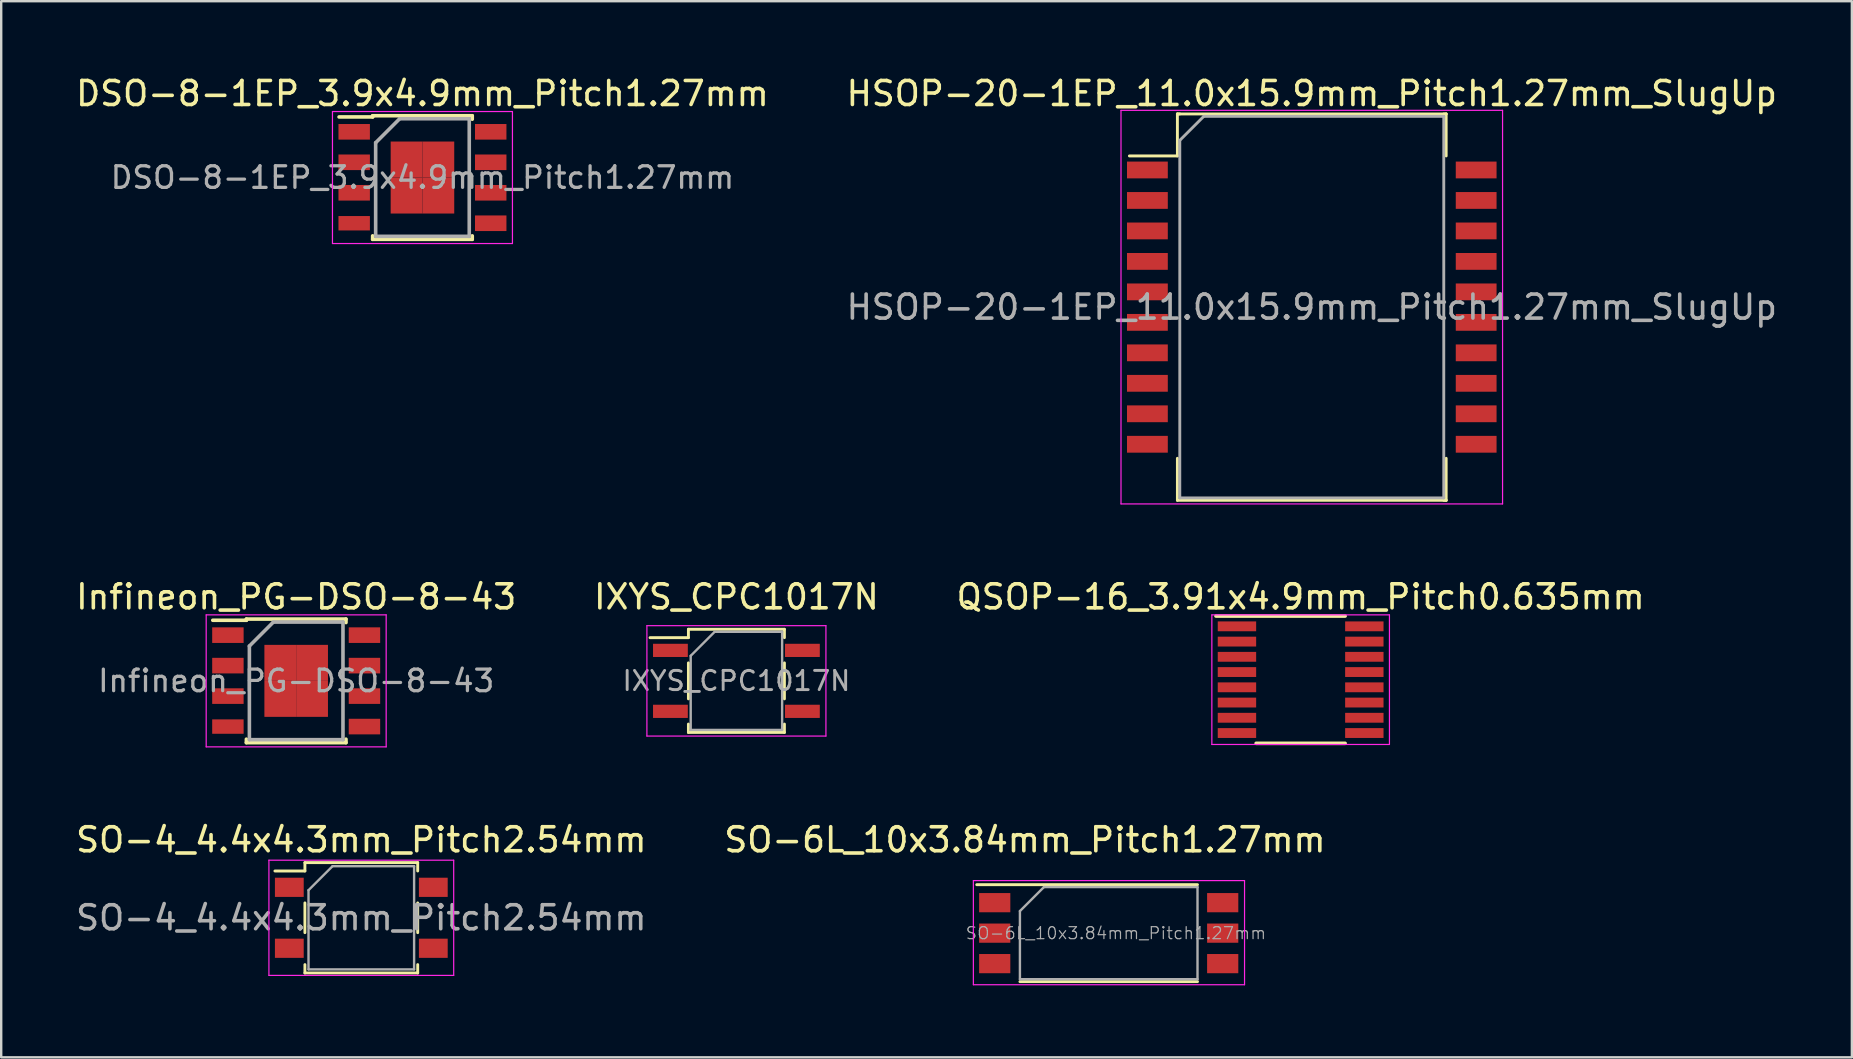
<source format=kicad_pcb>
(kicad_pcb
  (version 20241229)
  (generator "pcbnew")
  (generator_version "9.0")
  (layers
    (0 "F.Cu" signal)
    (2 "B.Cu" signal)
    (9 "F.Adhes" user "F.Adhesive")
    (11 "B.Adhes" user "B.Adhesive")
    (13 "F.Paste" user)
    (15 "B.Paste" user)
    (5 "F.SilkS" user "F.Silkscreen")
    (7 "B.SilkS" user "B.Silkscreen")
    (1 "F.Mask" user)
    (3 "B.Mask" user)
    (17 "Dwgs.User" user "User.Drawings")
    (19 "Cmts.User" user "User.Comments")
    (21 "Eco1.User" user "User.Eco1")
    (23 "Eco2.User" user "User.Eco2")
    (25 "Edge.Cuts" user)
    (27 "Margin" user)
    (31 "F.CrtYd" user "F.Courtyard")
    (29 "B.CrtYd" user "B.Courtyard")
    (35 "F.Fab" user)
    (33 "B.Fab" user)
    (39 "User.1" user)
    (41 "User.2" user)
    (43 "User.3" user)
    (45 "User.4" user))
  (footprint "IXYS_CPC1017N"
    (layer "F.Cu")
    (at 27.637 25.322)
    (property "Reference" "IXYS_CPC1017N" (at 0 -3.5 0) (layer "F.SilkS") (effects (font (size 1 1) (thickness 0.15))))
    (attr through_hole)
    (fp_line (start -2 -2.15) (end 2 -2.15) (stroke (width 0.12) (type solid)) (layer "F.SilkS"))
    (fp_line (start -2 -1.8) (end -3.6 -1.8) (stroke (width 0.12) (type solid)) (layer "F.SilkS"))
    (fp_line (start -2 -1.8) (end -2 -2.15) (stroke (width 0.12) (type solid)) (layer "F.SilkS"))
    (fp_line (start -2 0.75) (end -2 -0.75) (stroke (width 0.12) (type solid)) (layer "F.SilkS"))
    (fp_line (start -2 1.8) (end -2 2.15) (stroke (width 0.12) (type solid)) (layer "F.SilkS"))
    (fp_line (start -2 2.15) (end 2 2.15) (stroke (width 0.12) (type solid)) (layer "F.SilkS"))
    (fp_line (start 2 -2.15) (end 2 -1.8) (stroke (width 0.12) (type solid)) (layer "F.SilkS"))
    (fp_line (start 2 0.75) (end 2 -0.75) (stroke (width 0.12) (type solid)) (layer "F.SilkS"))
    (fp_line (start 2 2.15) (end 2 1.8) (stroke (width 0.12) (type solid)) (layer "F.SilkS"))
    (fp_line (start -3.73 -2.3) (end 3.73 -2.3) (stroke (width 0.05) (type solid)) (layer "F.CrtYd"))
    (fp_line (start -3.73 2.3) (end -3.73 -2.3) (stroke (width 0.05) (type solid)) (layer "F.CrtYd"))
    (fp_line (start 3.73 -2.3) (end 3.73 2.3) (stroke (width 0.05) (type solid)) (layer "F.CrtYd"))
    (fp_line (start 3.73 2.3) (end -3.73 2.3) (stroke (width 0.05) (type solid)) (layer "F.CrtYd"))
    (fp_line (start -1.905 -1.044) (end -0.905 -2.045) (stroke (width 0.1) (type solid)) (layer "F.Fab"))
    (fp_line (start -1.905 2.045) (end -1.905 -1.044) (stroke (width 0.1) (type solid)) (layer "F.Fab"))
    (fp_line (start -1.905 2.045) (end 1.905 2.045) (stroke (width 0.1) (type solid)) (layer "F.Fab"))
    (fp_line (start -0.905 -2.045) (end 1.905 -2.045) (stroke (width 0.1) (type solid)) (layer "F.Fab"))
    (fp_line (start 1.905 2.045) (end 1.905 -2.045) (stroke (width 0.1) (type solid)) (layer "F.Fab"))
    (fp_text user "${REFERENCE}" (at 0 0 0) (layer "F.Fab") (effects (font (size 0.8 0.8) (thickness 0.12))))
    (pad "1" smd rect (at -2.75 -1.27) (size 1.45 0.55) (layers "F.Cu" "F.Mask" "F.Paste"))
    (pad "2" smd rect (at -2.75 1.27) (size 1.45 0.55) (layers "F.Cu" "F.Mask" "F.Paste"))
    (pad "3" smd rect (at 2.75 1.27) (size 1.45 0.55) (layers "F.Cu" "F.Mask" "F.Paste"))
    (pad "4" smd rect (at 2.75 -1.27) (size 1.45 0.55) (layers "F.Cu" "F.Mask" "F.Paste")))
  (footprint "SO-4_4.4x4.3mm_Pitch2.54mm"
    (layer "F.Cu")
    (at 12.006 35.195)
    (property "Reference" "SO-4_4.4x4.3mm_Pitch2.54mm" (at 0 0 0) (layer "F.Fab") (effects (font (size 1 1) (thickness 0.15))))
    (attr through_hole)
    (fp_line (start -2.35 -2.3) (end 2.35 -2.3) (stroke (width 0.12) (type solid)) (layer "F.SilkS"))
    (fp_line (start -2.35 -1.95) (end -3.6 -1.95) (stroke (width 0.12) (type solid)) (layer "F.SilkS"))
    (fp_line (start -2.35 -1.95) (end -2.35 -2.3) (stroke (width 0.12) (type solid)) (layer "F.SilkS"))
    (fp_line (start -2.35 0.62) (end -2.35 -0.62) (stroke (width 0.12) (type solid)) (layer "F.SilkS"))
    (fp_line (start -2.35 1.95) (end -2.35 2.3) (stroke (width 0.12) (type solid)) (layer "F.SilkS"))
    (fp_line (start -2.35 2.3) (end 2.35 2.3) (stroke (width 0.12) (type solid)) (layer "F.SilkS"))
    (fp_line (start 2.35 -2.3) (end 2.35 -1.95) (stroke (width 0.12) (type solid)) (layer "F.SilkS"))
    (fp_line (start 2.35 0.62) (end 2.35 -0.62) (stroke (width 0.12) (type solid)) (layer "F.SilkS"))
    (fp_line (start 2.35 2.3) (end 2.35 1.95) (stroke (width 0.12) (type solid)) (layer "F.SilkS"))
    (fp_line (start -3.85 -2.4) (end 3.85 -2.4) (stroke (width 0.05) (type solid)) (layer "F.CrtYd"))
    (fp_line (start -3.85 2.4) (end -3.85 -2.4) (stroke (width 0.05) (type solid)) (layer "F.CrtYd"))
    (fp_line (start 3.85 -2.4) (end 3.85 2.4) (stroke (width 0.05) (type solid)) (layer "F.CrtYd"))
    (fp_line (start 3.85 2.4) (end -3.85 2.4) (stroke (width 0.05) (type solid)) (layer "F.CrtYd"))
    (fp_line (start -2.2 -1.15) (end -1.2 -2.15) (stroke (width 0.1) (type solid)) (layer "F.Fab"))
    (fp_line (start -2.2 2.15) (end -2.2 -1.15) (stroke (width 0.1) (type solid)) (layer "F.Fab"))
    (fp_line (start -2.2 2.15) (end 2.2 2.15) (stroke (width 0.1) (type solid)) (layer "F.Fab"))
    (fp_line (start -1.2 -2.15) (end 2.2 -2.15) (stroke (width 0.1) (type solid)) (layer "F.Fab"))
    (fp_line (start 2.2 2.15) (end 2.2 -2.15) (stroke (width 0.1) (type solid)) (layer "F.Fab"))
    (fp_text user "${REFERENCE}" (at 0 -3.25 0) (layer "F.SilkS") (effects (font (size 1 1) (thickness 0.15))))
    (pad "1" smd rect (at -3 -1.27 270) (size 0.8 1.2) (layers "F.Cu" "F.Mask" "F.Paste"))
    (pad "2" smd rect (at -3 1.27 270) (size 0.8 1.2) (layers "F.Cu" "F.Mask" "F.Paste"))
    (pad "3" smd rect (at 3 1.27 270) (size 0.8 1.2) (layers "F.Cu" "F.Mask" "F.Paste"))
    (pad "4" smd rect (at 3 -1.27 270) (size 0.8 1.2) (layers "F.Cu" "F.Mask" "F.Paste")))
  (footprint "Infineon_PG-DSO-8-43"
    (layer "F.Cu")
    (at 9.292 25.322)
    (property "Reference" "Infineon_PG-DSO-8-43" (at 0 -3.5 0) (layer "F.SilkS") (effects (font (size 1 1) (thickness 0.15))))
    (attr smd)
    (fp_line (start -2.075 -2.575) (end -2.075 -2.525) (stroke (width 0.15) (type solid)) (layer "F.SilkS"))
    (fp_line (start -2.075 -2.575) (end 2.075 -2.575) (stroke (width 0.15) (type solid)) (layer "F.SilkS"))
    (fp_line (start -2.075 -2.525) (end -3.475 -2.525) (stroke (width 0.15) (type solid)) (layer "F.SilkS"))
    (fp_line (start -2.075 2.575) (end -2.075 2.43) (stroke (width 0.15) (type solid)) (layer "F.SilkS"))
    (fp_line (start -2.075 2.575) (end 2.075 2.575) (stroke (width 0.15) (type solid)) (layer "F.SilkS"))
    (fp_line (start 2.075 -2.575) (end 2.075 -2.43) (stroke (width 0.15) (type solid)) (layer "F.SilkS"))
    (fp_line (start 2.075 2.575) (end 2.075 2.43) (stroke (width 0.15) (type solid)) (layer "F.SilkS"))
    (fp_line (start -3.75 -2.75) (end -3.75 2.75) (stroke (width 0.05) (type solid)) (layer "F.CrtYd"))
    (fp_line (start -3.75 -2.75) (end 3.75 -2.75) (stroke (width 0.05) (type solid)) (layer "F.CrtYd"))
    (fp_line (start -3.75 2.75) (end 3.75 2.75) (stroke (width 0.05) (type solid)) (layer "F.CrtYd"))
    (fp_line (start 3.75 -2.75) (end 3.75 2.75) (stroke (width 0.05) (type solid)) (layer "F.CrtYd"))
    (fp_line (start -1.95 -1.45) (end -0.95 -2.45) (stroke (width 0.15) (type solid)) (layer "F.Fab"))
    (fp_line (start -1.95 2.45) (end -1.95 -1.45) (stroke (width 0.15) (type solid)) (layer "F.Fab"))
    (fp_line (start -0.95 -2.45) (end 1.95 -2.45) (stroke (width 0.15) (type solid)) (layer "F.Fab"))
    (fp_line (start 1.95 -2.45) (end 1.95 2.45) (stroke (width 0.15) (type solid)) (layer "F.Fab"))
    (fp_line (start 1.95 2.45) (end -1.95 2.45) (stroke (width 0.15) (type solid)) (layer "F.Fab"))
    (fp_text user "${REFERENCE}" (at 0 0 0) (layer "F.Fab") (effects (font (size 0.9 0.9) (thickness 0.135))))
    (pad "1" smd rect (at -2.845 -1.905) (size 1.31 0.65) (layers "F.Cu" "F.Mask" "F.Paste"))
    (pad "2" smd rect (at -2.845 -0.635) (size 1.31 0.65) (layers "F.Cu" "F.Mask" "F.Paste"))
    (pad "3" smd rect (at -2.845 0.635) (size 1.31 0.65) (layers "F.Cu" "F.Mask" "F.Paste"))
    (pad "4" smd rect (at -2.845 1.905) (size 1.31 0.6) (layers "F.Cu" "F.Mask" "F.Paste"))
    (pad "5" smd rect (at 2.845 1.905) (size 1.31 0.65) (layers "F.Cu" "F.Mask" "F.Paste"))
    (pad "6" smd rect (at 2.845 0.635) (size 1.31 0.65) (layers "F.Cu" "F.Mask" "F.Paste"))
    (pad "7" smd rect (at 2.845 -0.635) (size 1.31 0.65) (layers "F.Cu" "F.Mask" "F.Paste"))
    (pad "8" smd rect (at 2.845 -1.905) (size 1.31 0.65) (layers "F.Cu" "F.Mask" "F.Paste"))
    (pad "9" smd rect (at -0.662 -0.75) (size 1.325 1.5) (layers "F.Cu" "F.Mask" "F.Paste"))
    (pad "9" smd rect (at -0.662 0.75) (size 1.325 1.5) (layers "F.Cu" "F.Mask" "F.Paste"))
    (pad "9" smd rect (at 0.662 -0.75) (size 1.325 1.5) (layers "F.Cu" "F.Mask" "F.Paste"))
    (pad "9" smd rect (at 0.662 0.75) (size 1.325 1.5) (layers "F.Cu" "F.Mask" "F.Paste")))
  (footprint "SO-6L_10x3.84mm_Pitch1.27mm"
    (layer "F.Cu")
    (at 43.151 35.835)
    (property "Reference" "SO-6L_10x3.84mm_Pitch1.27mm" (at -3.49 -3.89 0) (layer "F.SilkS") (effects (font (size 1 1) (thickness 0.15))))
    (attr smd)
    (fp_line (start -5.5 -2.02) (end 3.7 -2.02) (stroke (width 0.12) (type solid)) (layer "F.SilkS"))
    (fp_line (start -3.7 2.02) (end 3.7 2.02) (stroke (width 0.12) (type solid)) (layer "F.SilkS"))
    (fp_line (start -5.64 -2.19) (end -5.64 2.15) (stroke (width 0.05) (type solid)) (layer "F.CrtYd"))
    (fp_line (start -5.64 2.15) (end 5.66 2.15) (stroke (width 0.05) (type solid)) (layer "F.CrtYd"))
    (fp_line (start 5.66 -2.19) (end -5.64 -2.19) (stroke (width 0.05) (type solid)) (layer "F.CrtYd"))
    (fp_line (start 5.66 2.15) (end 5.66 -2.19) (stroke (width 0.05) (type solid)) (layer "F.CrtYd"))
    (fp_line (start -3.7 -0.92) (end -2.7 -1.92) (stroke (width 0.1) (type solid)) (layer "F.Fab"))
    (fp_line (start -3.7 1.92) (end -3.7 -0.92) (stroke (width 0.1) (type solid)) (layer "F.Fab"))
    (fp_line (start -3.7 1.92) (end 3.7 1.92) (stroke (width 0.1) (type solid)) (layer "F.Fab"))
    (fp_line (start -2.7 -1.92) (end 3.7 -1.92) (stroke (width 0.1) (type solid)) (layer "F.Fab"))
    (fp_line (start 3.7 1.92) (end 3.7 -1.92) (stroke (width 0.1) (type solid)) (layer "F.Fab"))
    (fp_text user "${REFERENCE}" (at 0.3 0 180) (layer "F.Fab") (effects (font (size 0.5 0.5) (thickness 0.05))))
    (pad "1" smd rect (at -4.75 -1.27 90) (size 0.8 1.3) (layers "F.Cu" "F.Mask" "F.Paste"))
    (pad "2" smd rect (at -4.75 0 90) (size 0.8 1.3) (layers "F.Cu" "F.Mask" "F.Paste"))
    (pad "3" smd rect (at -4.75 1.27 90) (size 0.8 1.3) (layers "F.Cu" "F.Mask" "F.Paste"))
    (pad "4" smd rect (at 4.75 1.27 90) (size 0.8 1.3) (layers "F.Cu" "F.Mask" "F.Paste"))
    (pad "5" smd rect (at 4.75 0 90) (size 0.8 1.3) (layers "F.Cu" "F.Mask" "F.Paste"))
    (pad "6" smd rect (at 4.75 -1.27 90) (size 0.8 1.3) (layers "F.Cu" "F.Mask" "F.Paste")))
  (footprint "QSOP-16_3.91x4.9mm_Pitch0.635mm"
    (layer "F.Cu")
    (at 51.149 25.273)
    (property "Reference" "QSOP-16_3.91x4.9mm_Pitch0.635mm" (at 0 -3.451 0) (layer "F.SilkS") (effects (font (size 1 1) (thickness 0.15))))
    (attr smd)
    (fp_line (start -3.529 -2.652) (end 1.854 -2.652) (stroke (width 0.15) (type solid)) (layer "F.SilkS"))
    (fp_line (start -1.854 2.652) (end 1.854 2.652) (stroke (width 0.15) (type solid)) (layer "F.SilkS"))
    (fp_line (start -3.7 -2.7) (end -3.7 2.7) (stroke (width 0.05) (type solid)) (layer "F.CrtYd"))
    (fp_line (start -3.7 -2.7) (end 3.7 -2.7) (stroke (width 0.05) (type solid)) (layer "F.CrtYd"))
    (fp_line (start -3.7 2.7) (end 3.7 2.7) (stroke (width 0.05) (type solid)) (layer "F.CrtYd"))
    (fp_line (start 3.7 -2.7) (end 3.7 2.7) (stroke (width 0.05) (type solid)) (layer "F.CrtYd"))
    (pad "1" smd rect (at -2.654 -2.223) (size 1.6 0.41) (layers "F.Cu" "F.Mask" "F.Paste"))
    (pad "2" smd rect (at -2.654 -1.587) (size 1.6 0.41) (layers "F.Cu" "F.Mask" "F.Paste"))
    (pad "3" smd rect (at -2.654 -0.953) (size 1.6 0.41) (layers "F.Cu" "F.Mask" "F.Paste"))
    (pad "4" smd rect (at -2.654 -0.318) (size 1.6 0.41) (layers "F.Cu" "F.Mask" "F.Paste"))
    (pad "5" smd rect (at -2.654 0.318) (size 1.6 0.41) (layers "F.Cu" "F.Mask" "F.Paste"))
    (pad "6" smd rect (at -2.654 0.953) (size 1.6 0.41) (layers "F.Cu" "F.Mask" "F.Paste"))
    (pad "7" smd rect (at -2.654 1.587) (size 1.6 0.41) (layers "F.Cu" "F.Mask" "F.Paste"))
    (pad "8" smd rect (at -2.654 2.223) (size 1.6 0.41) (layers "F.Cu" "F.Mask" "F.Paste"))
    (pad "9" smd rect (at 2.654 2.223) (size 1.6 0.41) (layers "F.Cu" "F.Mask" "F.Paste"))
    (pad "10" smd rect (at 2.654 1.587) (size 1.6 0.41) (layers "F.Cu" "F.Mask" "F.Paste"))
    (pad "11" smd rect (at 2.654 0.953) (size 1.6 0.41) (layers "F.Cu" "F.Mask" "F.Paste"))
    (pad "12" smd rect (at 2.654 0.318) (size 1.6 0.41) (layers "F.Cu" "F.Mask" "F.Paste"))
    (pad "13" smd rect (at 2.654 -0.318) (size 1.6 0.41) (layers "F.Cu" "F.Mask" "F.Paste"))
    (pad "14" smd rect (at 2.654 -0.953) (size 1.6 0.41) (layers "F.Cu" "F.Mask" "F.Paste"))
    (pad "15" smd rect (at 2.654 -1.587) (size 1.6 0.41) (layers "F.Cu" "F.Mask" "F.Paste"))
    (pad "16" smd rect (at 2.654 -2.223) (size 1.6 0.41) (layers "F.Cu" "F.Mask" "F.Paste")))
  (footprint "HSOP-20-1EP_11.0x15.9mm_Pitch1.27mm_SlugUp"
    (layer "F.Cu")
    (at 51.613 9.748)
    (property "Reference" "HSOP-20-1EP_11.0x15.9mm_Pitch1.27mm_SlugUp" (at 0 -8.9 0) (layer "F.SilkS") (effects (font (size 1 1) (thickness 0.15))))
    (attr smd)
    (fp_line (start -5.6 -8.05) (end -5.6 -6.3) (stroke (width 0.12) (type solid)) (layer "F.SilkS"))
    (fp_line (start -5.6 -6.3) (end -7.6 -6.3) (stroke (width 0.12) (type solid)) (layer "F.SilkS"))
    (fp_line (start -5.6 8.05) (end -5.6 6.3) (stroke (width 0.12) (type solid)) (layer "F.SilkS"))
    (fp_line (start -5.5 -8.05) (end -5.6 -8.05) (stroke (width 0.12) (type solid)) (layer "F.SilkS"))
    (fp_line (start 5.5 -8.05) (end 5.6 -8.05) (stroke (width 0.12) (type solid)) (layer "F.SilkS"))
    (fp_line (start 5.5 8.05) (end 5.6 8.05) (stroke (width 0.12) (type solid)) (layer "F.SilkS"))
    (fp_line (start 5.6 -8.05) (end -5.6 -8.05) (stroke (width 0.12) (type solid)) (layer "F.SilkS"))
    (fp_line (start 5.6 -8.05) (end 5.6 -6.3) (stroke (width 0.12) (type solid)) (layer "F.SilkS"))
    (fp_line (start 5.6 8.05) (end -5.6 8.05) (stroke (width 0.12) (type solid)) (layer "F.SilkS"))
    (fp_line (start 5.6 8.05) (end 5.6 6.3) (stroke (width 0.12) (type solid)) (layer "F.SilkS"))
    (fp_line (start -7.95 -8.2) (end -7.95 8.2) (stroke (width 0.05) (type solid)) (layer "F.CrtYd"))
    (fp_line (start -7.95 -8.2) (end 7.95 -8.2) (stroke (width 0.05) (type solid)) (layer "F.CrtYd"))
    (fp_line (start 7.95 8.2) (end -7.95 8.2) (stroke (width 0.05) (type solid)) (layer "F.CrtYd"))
    (fp_line (start 7.95 8.2) (end 7.95 -8.2) (stroke (width 0.05) (type solid)) (layer "F.CrtYd"))
    (fp_line (start -5.5 -6.95) (end -5.5 7.95) (stroke (width 0.12) (type solid)) (layer "F.Fab"))
    (fp_line (start -5.5 7.95) (end 5.5 7.95) (stroke (width 0.12) (type solid)) (layer "F.Fab"))
    (fp_line (start -4.5 -7.95) (end -5.5 -6.95) (stroke (width 0.12) (type solid)) (layer "F.Fab"))
    (fp_line (start 5.5 -7.95) (end -4.5 -7.95) (stroke (width 0.12) (type solid)) (layer "F.Fab"))
    (fp_line (start 5.5 7.95) (end 5.5 -7.95) (stroke (width 0.12) (type solid)) (layer "F.Fab"))
    (fp_text user "${REFERENCE}" (at 0 0 0) (layer "F.Fab") (effects (font (size 1 1) (thickness 0.15))))
    (pad "1" smd rect (at -6.85 -5.715) (size 1.7 0.7) (layers "F.Cu" "F.Mask" "F.Paste"))
    (pad "2" smd rect (at -6.85 -4.445) (size 1.7 0.7) (layers "F.Cu" "F.Mask" "F.Paste"))
    (pad "3" smd rect (at -6.85 -3.175) (size 1.7 0.7) (layers "F.Cu" "F.Mask" "F.Paste"))
    (pad "4" smd rect (at -6.85 -1.905) (size 1.7 0.7) (layers "F.Cu" "F.Mask" "F.Paste"))
    (pad "5" smd rect (at -6.85 -0.635) (size 1.7 0.7) (layers "F.Cu" "F.Mask" "F.Paste"))
    (pad "6" smd rect (at -6.85 0.635) (size 1.7 0.7) (layers "F.Cu" "F.Mask" "F.Paste"))
    (pad "7" smd rect (at -6.85 1.905) (size 1.7 0.7) (layers "F.Cu" "F.Mask" "F.Paste"))
    (pad "8" smd rect (at -6.85 3.175) (size 1.7 0.7) (layers "F.Cu" "F.Mask" "F.Paste"))
    (pad "9" smd rect (at -6.85 4.445) (size 1.7 0.7) (layers "F.Cu" "F.Mask" "F.Paste"))
    (pad "10" smd rect (at -6.85 5.715) (size 1.7 0.7) (layers "F.Cu" "F.Mask" "F.Paste"))
    (pad "11" smd rect (at 6.85 5.715) (size 1.7 0.7) (layers "F.Cu" "F.Mask" "F.Paste"))
    (pad "12" smd rect (at 6.85 4.445) (size 1.7 0.7) (layers "F.Cu" "F.Mask" "F.Paste"))
    (pad "13" smd rect (at 6.85 3.175) (size 1.7 0.7) (layers "F.Cu" "F.Mask" "F.Paste"))
    (pad "14" smd rect (at 6.85 1.905) (size 1.7 0.7) (layers "F.Cu" "F.Mask" "F.Paste"))
    (pad "15" smd rect (at 6.85 0.635) (size 1.7 0.7) (layers "F.Cu" "F.Mask" "F.Paste"))
    (pad "16" smd rect (at 6.85 -0.635) (size 1.7 0.7) (layers "F.Cu" "F.Mask" "F.Paste"))
    (pad "17" smd rect (at 6.85 -1.905) (size 1.7 0.7) (layers "F.Cu" "F.Mask" "F.Paste"))
    (pad "18" smd rect (at 6.85 -3.175) (size 1.7 0.7) (layers "F.Cu" "F.Mask" "F.Paste"))
    (pad "19" smd rect (at 6.85 -4.445) (size 1.7 0.7) (layers "F.Cu" "F.Mask" "F.Paste"))
    (pad "20" smd rect (at 6.85 -5.715) (size 1.7 0.7) (layers "F.Cu" "F.Mask" "F.Paste")))
  (footprint "DSO-8-1EP_3.9x4.9mm_Pitch1.27mm"
    (layer "F.Cu")
    (at 14.554 4.348)
    (property "Reference" "DSO-8-1EP_3.9x4.9mm_Pitch1.27mm" (at 0 -3.5 0) (layer "F.SilkS") (effects (font (size 1 1) (thickness 0.15))))
    (attr smd)
    (fp_line (start -2.075 -2.575) (end -2.075 -2.525) (stroke (width 0.15) (type solid)) (layer "F.SilkS"))
    (fp_line (start -2.075 -2.575) (end 2.075 -2.575) (stroke (width 0.15) (type solid)) (layer "F.SilkS"))
    (fp_line (start -2.075 -2.525) (end -3.475 -2.525) (stroke (width 0.15) (type solid)) (layer "F.SilkS"))
    (fp_line (start -2.075 2.575) (end -2.075 2.43) (stroke (width 0.15) (type solid)) (layer "F.SilkS"))
    (fp_line (start -2.075 2.575) (end 2.075 2.575) (stroke (width 0.15) (type solid)) (layer "F.SilkS"))
    (fp_line (start 2.075 -2.575) (end 2.075 -2.43) (stroke (width 0.15) (type solid)) (layer "F.SilkS"))
    (fp_line (start 2.075 2.575) (end 2.075 2.43) (stroke (width 0.15) (type solid)) (layer "F.SilkS"))
    (fp_line (start -3.75 -2.75) (end -3.75 2.75) (stroke (width 0.05) (type solid)) (layer "F.CrtYd"))
    (fp_line (start -3.75 -2.75) (end 3.75 -2.75) (stroke (width 0.05) (type solid)) (layer "F.CrtYd"))
    (fp_line (start -3.75 2.75) (end 3.75 2.75) (stroke (width 0.05) (type solid)) (layer "F.CrtYd"))
    (fp_line (start 3.75 -2.75) (end 3.75 2.75) (stroke (width 0.05) (type solid)) (layer "F.CrtYd"))
    (fp_line (start -1.95 -1.45) (end -0.95 -2.45) (stroke (width 0.15) (type solid)) (layer "F.Fab"))
    (fp_line (start -1.95 2.45) (end -1.95 -1.45) (stroke (width 0.15) (type solid)) (layer "F.Fab"))
    (fp_line (start -0.95 -2.45) (end 1.95 -2.45) (stroke (width 0.15) (type solid)) (layer "F.Fab"))
    (fp_line (start 1.95 -2.45) (end 1.95 2.45) (stroke (width 0.15) (type solid)) (layer "F.Fab"))
    (fp_line (start 1.95 2.45) (end -1.95 2.45) (stroke (width 0.15) (type solid)) (layer "F.Fab"))
    (fp_text user "${REFERENCE}" (at 0 0 0) (layer "F.Fab") (effects (font (size 0.9 0.9) (thickness 0.135))))
    (pad "1" smd rect (at -2.845 -1.905) (size 1.31 0.65) (layers "F.Cu" "F.Mask" "F.Paste"))
    (pad "2" smd rect (at -2.845 -0.635) (size 1.31 0.65) (layers "F.Cu" "F.Mask" "F.Paste"))
    (pad "3" smd rect (at -2.845 0.635) (size 1.31 0.65) (layers "F.Cu" "F.Mask" "F.Paste"))
    (pad "4" smd rect (at -2.845 1.905) (size 1.31 0.6) (layers "F.Cu" "F.Mask" "F.Paste"))
    (pad "5" smd rect (at 2.845 1.905) (size 1.31 0.65) (layers "F.Cu" "F.Mask" "F.Paste"))
    (pad "6" smd rect (at 2.845 0.635) (size 1.31 0.65) (layers "F.Cu" "F.Mask" "F.Paste"))
    (pad "7" smd rect (at 2.845 -0.635) (size 1.31 0.65) (layers "F.Cu" "F.Mask" "F.Paste"))
    (pad "8" smd rect (at 2.845 -1.905) (size 1.31 0.65) (layers "F.Cu" "F.Mask" "F.Paste"))
    (pad "9" smd rect (at -0.662 -0.75) (size 1.325 1.5) (layers "F.Cu" "F.Mask" "F.Paste"))
    (pad "9" smd rect (at -0.662 0.75) (size 1.325 1.5) (layers "F.Cu" "F.Mask" "F.Paste"))
    (pad "9" smd rect (at 0.662 -0.75) (size 1.325 1.5) (layers "F.Cu" "F.Mask" "F.Paste"))
    (pad "9" smd rect (at 0.662 0.75) (size 1.325 1.5) (layers "F.Cu" "F.Mask" "F.Paste")))
  (gr_rect
    (start -3 -3)
    (end 74.119 41.01)
    (stroke (width 0.1) (type default))
    (fill no)
    (layer "Edge.Cuts")))
</source>
